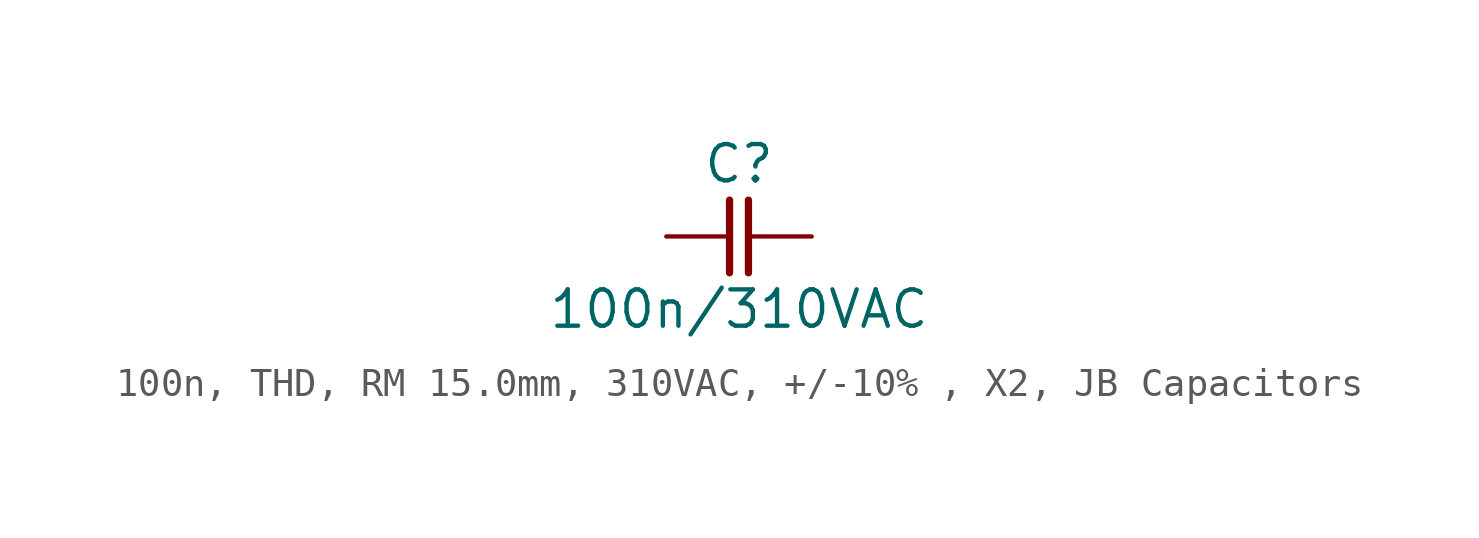
<source format=kicad_sym>
(kicad_symbol_lib
  (version 20220914)
  (generator kicad_symbol_editor)
  (symbol "100n, THD, RM 15.0mm, 310VAC, +/-10% , X2, JB Capacitors"
    (pin_numbers hide)
    (pin_names
      (offset 0) hide)
    (property "Reference" "C"
      (at 0 2.54 0)
      (effects (font (size 1.27 1.27))))
    (property "Value" "100n/310VAC"
      (at 0 -2.54 0)
      (effects (font (size 1.27 1.27))))
    (symbol "100n, THD, RM 15.0mm, 310VAC, +/-10% , X2, JB Capacitors_0_1"
      (polyline (pts (xy -0.33 1.27) (xy -0.33 -1.27)) (stroke (width 0.254) (type default)) (fill (type none)))
      (polyline (pts (xy 0.33 1.27) (xy 0.33 -1.27)) (stroke (width 0.254) (type default)) (fill (type none))))
    (symbol "100n, THD, RM 15.0mm, 310VAC, +/-10% , X2, JB Capacitors_1_1"
      (pin passive line (at -2.54 0 0) (length 2.21) (name "1" (effects (font (size 1.27 1.27)))) (number "1" (effects (font (size 1.27 1.27)))))
      (pin passive line (at 2.54 0 180) (length 2.21) (name "2" (effects (font (size 1.27 1.27)))) (number "2" (effects (font (size 1.27 1.27))))))))
</source>
